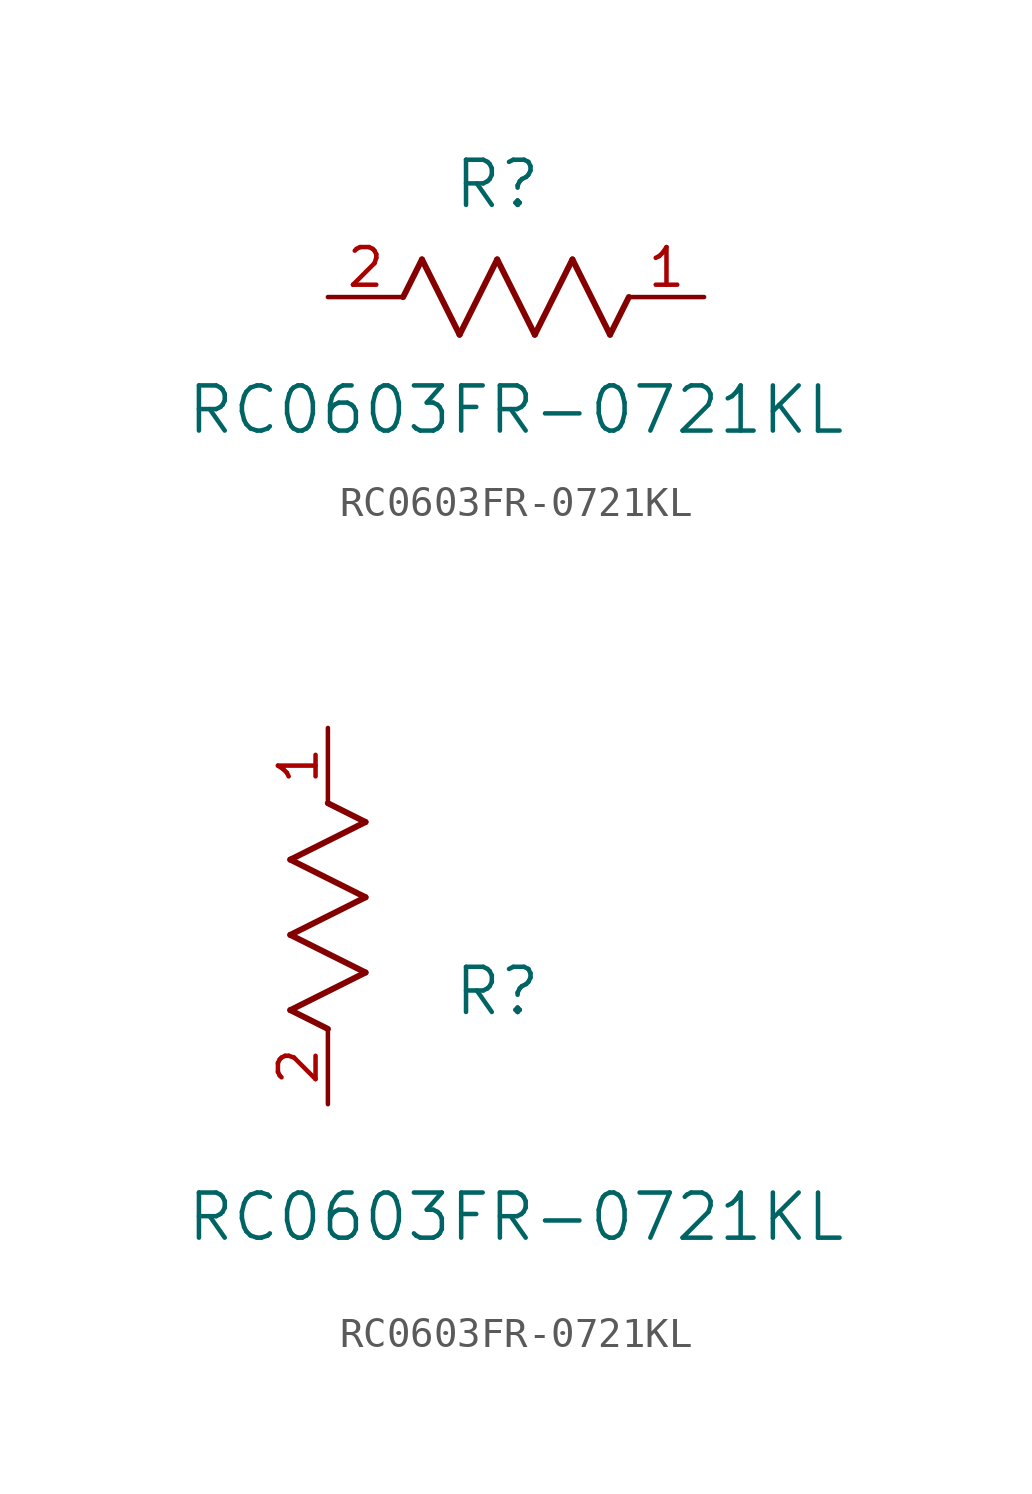
<source format=kicad_sym>
(kicad_symbol_lib
  (version 20211014)
  (generator kicad_symbol_editor)
  (symbol "RC0603FR-0721KL"
    (pin_names
      (offset 0.254))
    (property "Reference" "R"
      (at 5.715 3.81 0)
      (effects (font (size 1.524 1.524))))
    (property "Value" "RC0603FR-0721KL"
      (at 6.35 -3.81 0)
      (effects (font (size 1.524 1.524))))
    (symbol "RC0603FR-0721KL_1_1"
      (polyline (pts (xy 3.175 1.27) (xy 4.445 -1.27)) (stroke (width 0.203) (type default) (color 0 0 0 0)) (fill (type none)))
      (polyline (pts (xy 4.445 -1.27) (xy 5.715 1.27)) (stroke (width 0.203) (type default) (color 0 0 0 0)) (fill (type none)))
      (polyline (pts (xy 5.715 1.27) (xy 6.985 -1.27)) (stroke (width 0.203) (type default) (color 0 0 0 0)) (fill (type none)))
      (polyline (pts (xy 6.985 -1.27) (xy 8.255 1.27)) (stroke (width 0.203) (type default) (color 0 0 0 0)) (fill (type none)))
      (polyline (pts (xy 8.255 1.27) (xy 9.525 -1.27)) (stroke (width 0.203) (type default) (color 0 0 0 0)) (fill (type none)))
      (polyline (pts (xy 2.54 0) (xy 3.175 1.27)) (stroke (width 0.203) (type default) (color 0 0 0 0)) (fill (type none)))
      (polyline (pts (xy 9.525 -1.27) (xy 10.16 0)) (stroke (width 0.203) (type default) (color 0 0 0 0)) (fill (type none)))
      (pin unspecified line (at 12.7 0 180) (length 2.54) (name "" (effects (font (size 1.27 1.27)))) (number "1" (effects (font (size 1.27 1.27)))))
      (pin unspecified line (at 0 0 0) (length 2.54) (name "" (effects (font (size 1.27 1.27)))) (number "2" (effects (font (size 1.27 1.27))))))
    (symbol "RC0603FR-0721KL_1_2"
      (polyline (pts (xy 0 2.54) (xy -1.27 3.175)) (stroke (width 0.203) (type default) (color 0 0 0 0)) (fill (type none)))
      (polyline (pts (xy -1.27 3.175) (xy 1.27 4.445)) (stroke (width 0.203) (type default) (color 0 0 0 0)) (fill (type none)))
      (polyline (pts (xy 1.27 4.445) (xy -1.27 5.715)) (stroke (width 0.203) (type default) (color 0 0 0 0)) (fill (type none)))
      (polyline (pts (xy -1.27 5.715) (xy 1.27 6.985)) (stroke (width 0.203) (type default) (color 0 0 0 0)) (fill (type none)))
      (polyline (pts (xy -1.27 8.255) (xy 1.27 9.525)) (stroke (width 0.203) (type default) (color 0 0 0 0)) (fill (type none)))
      (polyline (pts (xy 1.27 9.525) (xy 0 10.16)) (stroke (width 0.203) (type default) (color 0 0 0 0)) (fill (type none)))
      (polyline (pts (xy 1.27 6.985) (xy -1.27 8.255)) (stroke (width 0.203) (type default) (color 0 0 0 0)) (fill (type none)))
      (pin unspecified line (at 0 12.7 270) (length 2.54) (name "" (effects (font (size 1.27 1.27)))) (number "1" (effects (font (size 1.27 1.27)))))
      (pin unspecified line (at 0 0 90) (length 2.54) (name "" (effects (font (size 1.27 1.27)))) (number "2" (effects (font (size 1.27 1.27))))))))
</source>
